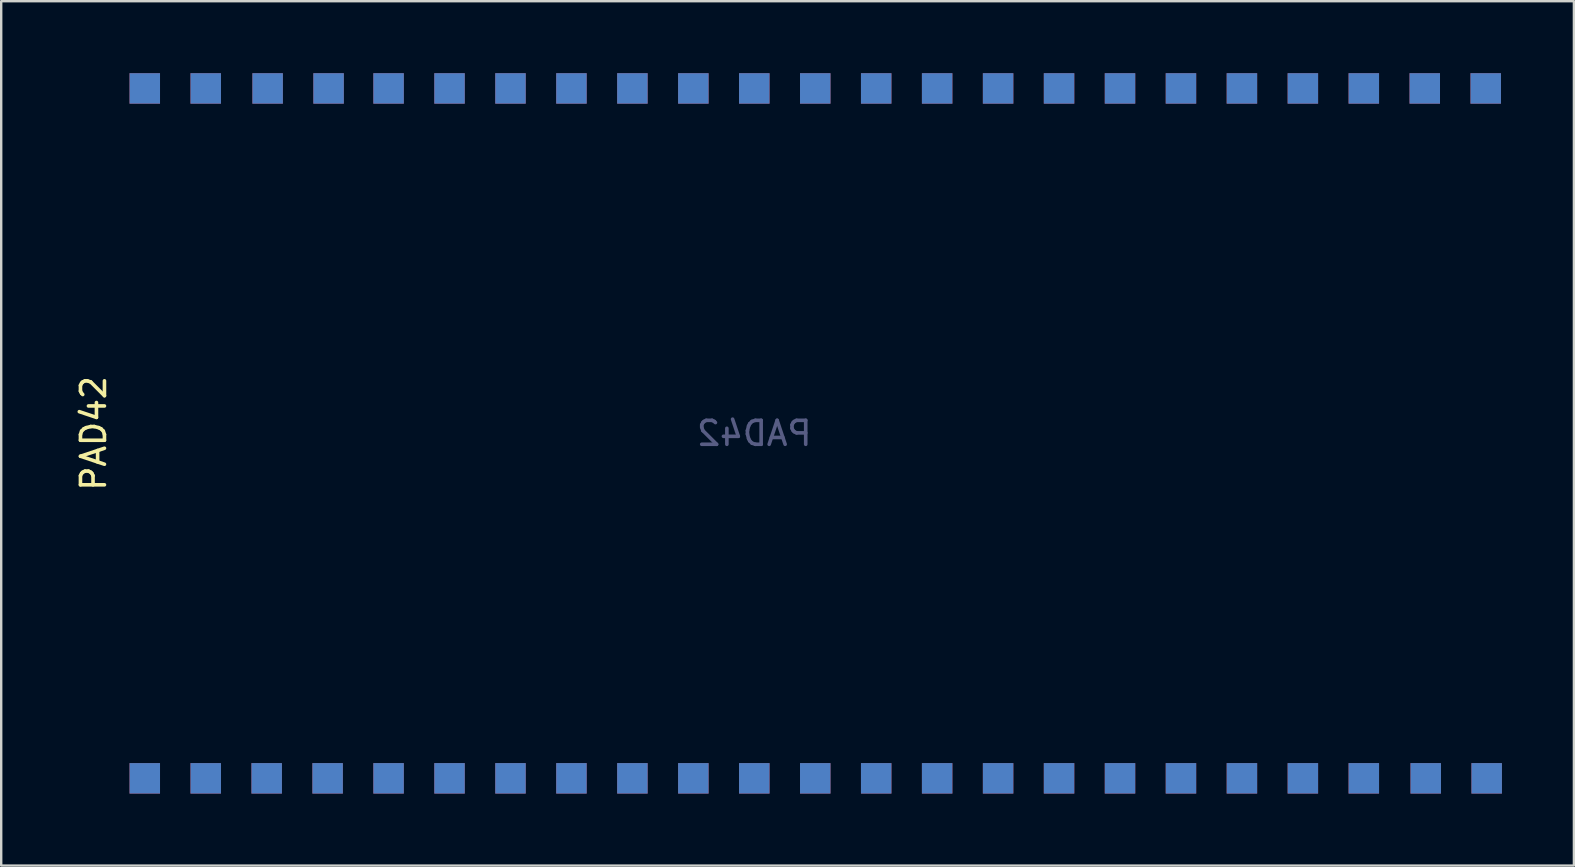
<source format=kicad_pcb>
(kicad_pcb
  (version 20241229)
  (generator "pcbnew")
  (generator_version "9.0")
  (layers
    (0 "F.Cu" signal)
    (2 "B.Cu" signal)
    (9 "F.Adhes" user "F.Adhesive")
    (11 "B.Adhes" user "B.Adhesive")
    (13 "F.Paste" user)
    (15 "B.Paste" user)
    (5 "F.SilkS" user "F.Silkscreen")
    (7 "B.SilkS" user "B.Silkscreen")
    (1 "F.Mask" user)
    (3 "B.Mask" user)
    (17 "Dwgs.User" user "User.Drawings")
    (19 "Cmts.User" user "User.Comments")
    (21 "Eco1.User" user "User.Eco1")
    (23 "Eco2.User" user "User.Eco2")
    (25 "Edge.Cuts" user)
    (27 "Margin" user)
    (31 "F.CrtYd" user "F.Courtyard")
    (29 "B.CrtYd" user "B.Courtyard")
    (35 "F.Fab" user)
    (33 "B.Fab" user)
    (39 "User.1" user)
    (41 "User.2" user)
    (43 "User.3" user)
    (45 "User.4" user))
  (footprint "PAD42"
    (layer "F.Cu")
    (at 28.383 15.01)
    (property "Reference" "PAD42" (at -27.535 0 90) (layer "F.SilkS") (effects (font (size 1 1) (thickness 0.15))))
    (attr smd)
    (fp_text user "PAD42" (at 0 0 180) (layer "B.Fab") (effects (font (size 1 1) (thickness 0.15)) (justify mirror)))
    (pad "1" smd rect (at -25.4 14.375) (size 1.27 1.27) (layers "F.Cu" "F.Mask" "F.Paste"))
    (pad "1" smd rect (at -25.4 14.375 180) (size 1.27 1.27) (layers "B.Cu" "B.Mask" "B.Paste"))
    (pad "2" smd rect (at -22.86 14.375) (size 1.27 1.27) (layers "F.Cu" "F.Mask" "F.Paste"))
    (pad "2" smd rect (at -22.86 14.375 180) (size 1.27 1.27) (layers "B.Cu" "B.Mask" "B.Paste"))
    (pad "3" smd rect (at -20.32 14.375) (size 1.27 1.27) (layers "F.Cu" "F.Mask" "F.Paste"))
    (pad "3" smd rect (at -20.32 14.375 180) (size 1.27 1.27) (layers "B.Cu" "B.Mask" "B.Paste"))
    (pad "4" smd rect (at -17.78 14.375) (size 1.27 1.27) (layers "F.Cu" "F.Mask" "F.Paste"))
    (pad "4" smd rect (at -17.78 14.375 180) (size 1.27 1.27) (layers "B.Cu" "B.Mask" "B.Paste"))
    (pad "5" smd rect (at -15.24 14.375) (size 1.27 1.27) (layers "F.Cu" "F.Mask" "F.Paste"))
    (pad "5" smd rect (at -15.24 14.375 180) (size 1.27 1.27) (layers "B.Cu" "B.Mask" "B.Paste"))
    (pad "6" smd rect (at -12.7 14.375) (size 1.27 1.27) (layers "F.Cu" "F.Mask" "F.Paste"))
    (pad "6" smd rect (at -12.7 14.375 180) (size 1.27 1.27) (layers "B.Cu" "B.Mask" "B.Paste"))
    (pad "7" smd rect (at -10.16 14.375) (size 1.27 1.27) (layers "F.Cu" "F.Mask" "F.Paste"))
    (pad "7" smd rect (at -10.16 14.375 180) (size 1.27 1.27) (layers "B.Cu" "B.Mask" "B.Paste"))
    (pad "8" smd rect (at -7.62 14.375) (size 1.27 1.27) (layers "F.Cu" "F.Mask" "F.Paste"))
    (pad "8" smd rect (at -7.62 14.375 180) (size 1.27 1.27) (layers "B.Cu" "B.Mask" "B.Paste"))
    (pad "9" smd rect (at -5.08 14.375) (size 1.27 1.27) (layers "F.Cu" "F.Mask" "F.Paste"))
    (pad "9" smd rect (at -5.08 14.375 180) (size 1.27 1.27) (layers "B.Cu" "B.Mask" "B.Paste"))
    (pad "10" smd rect (at -2.54 14.375) (size 1.27 1.27) (layers "F.Cu" "F.Mask" "F.Paste"))
    (pad "10" smd rect (at -2.54 14.375 180) (size 1.27 1.27) (layers "B.Cu" "B.Mask" "B.Paste"))
    (pad "11" smd rect (at 0 14.375) (size 1.27 1.27) (layers "F.Cu" "F.Mask" "F.Paste"))
    (pad "11" smd rect (at 0 14.375 180) (size 1.27 1.27) (layers "B.Cu" "B.Mask" "B.Paste"))
    (pad "12" smd rect (at 2.54 14.375) (size 1.27 1.27) (layers "F.Cu" "F.Mask" "F.Paste"))
    (pad "12" smd rect (at 2.54 14.375 180) (size 1.27 1.27) (layers "B.Cu" "B.Mask" "B.Paste"))
    (pad "13" smd rect (at 5.08 14.375) (size 1.27 1.27) (layers "F.Cu" "F.Mask" "F.Paste"))
    (pad "13" smd rect (at 5.08 14.375 180) (size 1.27 1.27) (layers "B.Cu" "B.Mask" "B.Paste"))
    (pad "14" smd rect (at 7.62 14.375) (size 1.27 1.27) (layers "F.Cu" "F.Mask" "F.Paste"))
    (pad "14" smd rect (at 7.62 14.375 180) (size 1.27 1.27) (layers "B.Cu" "B.Mask" "B.Paste"))
    (pad "15" smd rect (at 10.16 14.375) (size 1.27 1.27) (layers "F.Cu" "F.Mask" "F.Paste"))
    (pad "15" smd rect (at 10.16 14.375 180) (size 1.27 1.27) (layers "B.Cu" "B.Mask" "B.Paste"))
    (pad "16" smd rect (at 12.7 14.375) (size 1.27 1.27) (layers "F.Cu" "F.Mask" "F.Paste"))
    (pad "16" smd rect (at 12.7 14.375 180) (size 1.27 1.27) (layers "B.Cu" "B.Mask" "B.Paste"))
    (pad "17" smd rect (at 15.24 14.375) (size 1.27 1.27) (layers "F.Cu" "F.Mask" "F.Paste"))
    (pad "17" smd rect (at 15.24 14.375 180) (size 1.27 1.27) (layers "B.Cu" "B.Mask" "B.Paste"))
    (pad "18" smd rect (at 17.78 14.375) (size 1.27 1.27) (layers "F.Cu" "F.Mask" "F.Paste"))
    (pad "18" smd rect (at 17.78 14.375 180) (size 1.27 1.27) (layers "B.Cu" "B.Mask" "B.Paste"))
    (pad "19" smd rect (at 20.32 14.375) (size 1.27 1.27) (layers "F.Cu" "F.Mask" "F.Paste"))
    (pad "19" smd rect (at 20.32 14.375 180) (size 1.27 1.27) (layers "B.Cu" "B.Mask" "B.Paste"))
    (pad "20" smd rect (at 22.86 14.375) (size 1.27 1.27) (layers "F.Cu" "F.Mask" "F.Paste"))
    (pad "20" smd rect (at 22.86 14.375 180) (size 1.27 1.27) (layers "B.Cu" "B.Mask" "B.Paste"))
    (pad "21" smd rect (at 25.4 14.375) (size 1.27 1.27) (layers "F.Cu" "F.Mask" "F.Paste"))
    (pad "21" smd rect (at 25.4 14.375 180) (size 1.27 1.27) (layers "B.Cu" "B.Mask" "B.Paste"))
    (pad "22" smd rect (at 27.98 14.375) (size 1.27 1.27) (layers "F.Cu" "F.Mask" "F.Paste"))
    (pad "22" smd rect (at 27.98 14.375 180) (size 1.27 1.27) (layers "B.Cu" "B.Mask" "B.Paste"))
    (pad "23" smd rect (at 30.52 14.375) (size 1.27 1.27) (layers "F.Cu" "F.Mask" "F.Paste"))
    (pad "23" smd rect (at 30.52 14.375 180) (size 1.27 1.27) (layers "B.Cu" "B.Mask" "B.Paste"))
    (pad "24" smd rect (at 30.48 -14.375) (size 1.27 1.27) (layers "F.Cu" "F.Mask" "F.Paste"))
    (pad "24" smd rect (at 30.48 -14.375 180) (size 1.27 1.27) (layers "B.Cu" "B.Mask" "B.Paste"))
    (pad "25" smd rect (at 27.94 -14.375) (size 1.27 1.27) (layers "F.Cu" "F.Mask" "F.Paste"))
    (pad "25" smd rect (at 27.94 -14.375 180) (size 1.27 1.27) (layers "B.Cu" "B.Mask" "B.Paste"))
    (pad "26" smd rect (at 25.4 -14.375) (size 1.27 1.27) (layers "F.Cu" "F.Mask" "F.Paste"))
    (pad "26" smd rect (at 25.4 -14.375 180) (size 1.27 1.27) (layers "B.Cu" "B.Mask" "B.Paste"))
    (pad "27" smd rect (at 22.86 -14.375) (size 1.27 1.27) (layers "F.Cu" "F.Mask" "F.Paste"))
    (pad "27" smd rect (at 22.86 -14.375 180) (size 1.27 1.27) (layers "B.Cu" "B.Mask" "B.Paste"))
    (pad "28" smd rect (at 20.32 -14.375) (size 1.27 1.27) (layers "F.Cu" "F.Mask" "F.Paste"))
    (pad "28" smd rect (at 20.32 -14.375 180) (size 1.27 1.27) (layers "B.Cu" "B.Mask" "B.Paste"))
    (pad "29" smd rect (at 17.78 -14.375) (size 1.27 1.27) (layers "F.Cu" "F.Mask" "F.Paste"))
    (pad "29" smd rect (at 17.78 -14.375 180) (size 1.27 1.27) (layers "B.Cu" "B.Mask" "B.Paste"))
    (pad "30" smd rect (at 15.24 -14.375) (size 1.27 1.27) (layers "F.Cu" "F.Mask" "F.Paste"))
    (pad "30" smd rect (at 15.24 -14.375 180) (size 1.27 1.27) (layers "B.Cu" "B.Mask" "B.Paste"))
    (pad "31" smd rect (at 12.7 -14.375) (size 1.27 1.27) (layers "F.Cu" "F.Mask" "F.Paste"))
    (pad "31" smd rect (at 12.7 -14.375 180) (size 1.27 1.27) (layers "B.Cu" "B.Mask" "B.Paste"))
    (pad "32" smd rect (at 10.16 -14.375) (size 1.27 1.27) (layers "F.Cu" "F.Mask" "F.Paste"))
    (pad "32" smd rect (at 10.16 -14.375 180) (size 1.27 1.27) (layers "B.Cu" "B.Mask" "B.Paste"))
    (pad "33" smd rect (at 7.62 -14.375) (size 1.27 1.27) (layers "F.Cu" "F.Mask" "F.Paste"))
    (pad "33" smd rect (at 7.62 -14.375 180) (size 1.27 1.27) (layers "B.Cu" "B.Mask" "B.Paste"))
    (pad "34" smd rect (at 5.08 -14.375) (size 1.27 1.27) (layers "F.Cu" "F.Mask" "F.Paste"))
    (pad "34" smd rect (at 5.08 -14.375 180) (size 1.27 1.27) (layers "B.Cu" "B.Mask" "B.Paste"))
    (pad "35" smd rect (at 2.54 -14.375) (size 1.27 1.27) (layers "F.Cu" "F.Mask" "F.Paste"))
    (pad "35" smd rect (at 2.54 -14.375 180) (size 1.27 1.27) (layers "B.Cu" "B.Mask" "B.Paste"))
    (pad "36" smd rect (at 0 -14.375) (size 1.27 1.27) (layers "F.Cu" "F.Mask" "F.Paste"))
    (pad "36" smd rect (at 0 -14.375 180) (size 1.27 1.27) (layers "B.Cu" "B.Mask" "B.Paste"))
    (pad "37" smd rect (at -2.54 -14.375) (size 1.27 1.27) (layers "F.Cu" "F.Mask" "F.Paste"))
    (pad "37" smd rect (at -2.54 -14.375 180) (size 1.27 1.27) (layers "B.Cu" "B.Mask" "B.Paste"))
    (pad "38" smd rect (at -5.08 -14.375) (size 1.27 1.27) (layers "F.Cu" "F.Mask" "F.Paste"))
    (pad "38" smd rect (at -5.08 -14.375 180) (size 1.27 1.27) (layers "B.Cu" "B.Mask" "B.Paste"))
    (pad "39" smd rect (at -7.62 -14.375) (size 1.27 1.27) (layers "F.Cu" "F.Mask" "F.Paste"))
    (pad "39" smd rect (at -7.62 -14.375 180) (size 1.27 1.27) (layers "B.Cu" "B.Mask" "B.Paste"))
    (pad "40" smd rect (at -10.16 -14.375) (size 1.27 1.27) (layers "F.Cu" "F.Mask" "F.Paste"))
    (pad "40" smd rect (at -10.16 -14.375 180) (size 1.27 1.27) (layers "B.Cu" "B.Mask" "B.Paste"))
    (pad "41" smd rect (at -12.7 -14.375) (size 1.27 1.27) (layers "F.Cu" "F.Mask" "F.Paste"))
    (pad "41" smd rect (at -12.7 -14.375 180) (size 1.27 1.27) (layers "B.Cu" "B.Mask" "B.Paste"))
    (pad "42" smd rect (at -15.24 -14.375) (size 1.27 1.27) (layers "F.Cu" "F.Mask" "F.Paste"))
    (pad "42" smd rect (at -15.24 -14.375 180) (size 1.27 1.27) (layers "B.Cu" "B.Mask" "B.Paste"))
    (pad "43" smd rect (at -17.74 -14.375) (size 1.27 1.27) (layers "F.Cu" "F.Mask" "F.Paste"))
    (pad "43" smd rect (at -17.74 -14.375 180) (size 1.27 1.27) (layers "B.Cu" "B.Mask" "B.Paste"))
    (pad "44" smd rect (at -20.28 -14.375) (size 1.27 1.27) (layers "F.Cu" "F.Mask" "F.Paste"))
    (pad "44" smd rect (at -20.28 -14.375 180) (size 1.27 1.27) (layers "B.Cu" "B.Mask" "B.Paste"))
    (pad "45" smd rect (at -22.86 -14.375) (size 1.27 1.27) (layers "F.Cu" "F.Mask" "F.Paste"))
    (pad "45" smd rect (at -22.86 -14.375 180) (size 1.27 1.27) (layers "B.Cu" "B.Mask" "B.Paste"))
    (pad "46" smd rect (at -25.4 -14.375) (size 1.27 1.27) (layers "F.Cu" "F.Mask" "F.Paste"))
    (pad "46" smd rect (at -25.4 -14.375 180) (size 1.27 1.27) (layers "B.Cu" "B.Mask" "B.Paste")))
  (gr_rect
    (start -3 -3)
    (end 62.538 33.02)
    (stroke (width 0.1) (type default))
    (fill no)
    (layer "Edge.Cuts")))
</source>
